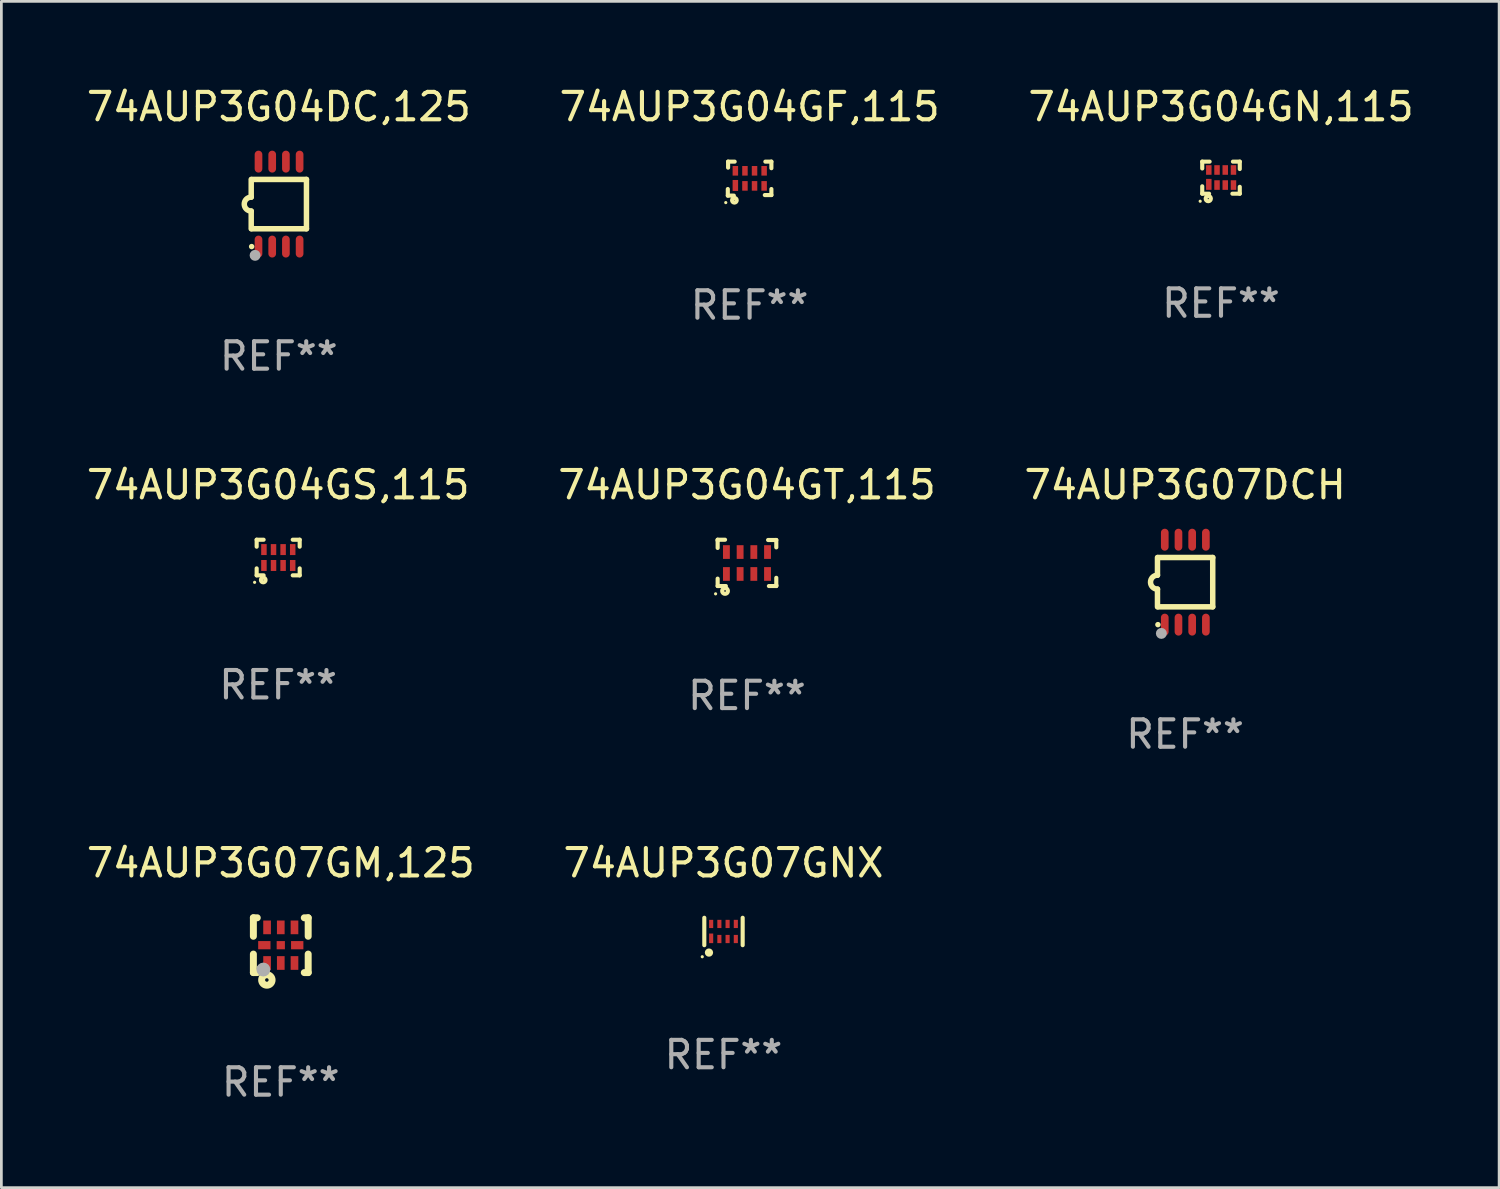
<source format=kicad_pcb>
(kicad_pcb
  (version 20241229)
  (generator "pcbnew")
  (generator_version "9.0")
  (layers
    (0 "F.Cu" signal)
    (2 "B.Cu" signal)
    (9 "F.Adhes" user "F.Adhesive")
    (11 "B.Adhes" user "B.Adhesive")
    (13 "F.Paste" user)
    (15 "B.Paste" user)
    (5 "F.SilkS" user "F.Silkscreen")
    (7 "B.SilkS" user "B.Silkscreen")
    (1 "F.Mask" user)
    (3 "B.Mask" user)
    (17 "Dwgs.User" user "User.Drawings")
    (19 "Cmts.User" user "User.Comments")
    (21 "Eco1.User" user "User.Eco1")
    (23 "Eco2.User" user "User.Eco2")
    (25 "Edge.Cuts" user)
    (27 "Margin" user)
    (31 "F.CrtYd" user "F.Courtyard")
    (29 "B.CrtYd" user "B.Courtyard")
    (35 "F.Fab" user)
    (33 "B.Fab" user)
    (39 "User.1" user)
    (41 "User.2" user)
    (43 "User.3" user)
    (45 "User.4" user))
  (footprint "74AUP3G04GT,115"
    (layer "F.Cu")
    (at 24.208 17.49)
    (property "Reference" "74AUP3G04GT,115" (at 0 -2.845 0) (layer "F.SilkS") (effects (font (size 1 1) (thickness 0.15))))
    (attr through_hole)
    (fp_line (start -1.07 -0.845) (end -0.8 -0.845) (stroke (width 0.15) (type solid)) (layer "F.SilkS"))
    (fp_line (start -1.07 -0.815) (end -1.07 -0.845) (stroke (width 0.15) (type solid)) (layer "F.SilkS"))
    (fp_line (start -1.07 -0.545) (end -1.07 -0.815) (stroke (width 0.15) (type solid)) (layer "F.SilkS"))
    (fp_line (start -1.07 0.845) (end -1.07 0.575) (stroke (width 0.15) (type solid)) (layer "F.SilkS"))
    (fp_line (start -1.04 0.845) (end -1.07 0.845) (stroke (width 0.15) (type solid)) (layer "F.SilkS"))
    (fp_line (start -0.77 0.845) (end -1.04 0.845) (stroke (width 0.15) (type solid)) (layer "F.SilkS"))
    (fp_line (start 0.77 -0.835) (end 1.04 -0.835) (stroke (width 0.15) (type solid)) (layer "F.SilkS"))
    (fp_line (start 1.04 -0.835) (end 1.07 -0.835) (stroke (width 0.15) (type solid)) (layer "F.SilkS"))
    (fp_line (start 1.07 0.545) (end 1.07 0.815) (stroke (width 0.15) (type solid)) (layer "F.SilkS"))
    (fp_line (start 1.07 0.815) (end 1.07 0.845) (stroke (width 0.15) (type solid)) (layer "F.SilkS"))
    (fp_line (start 1.07 0.845) (end 0.8 0.845) (stroke (width 0.15) (type solid)) (layer "F.SilkS"))
    (fp_line (start 1.07 -0.835) (end 1.07 -0.565) (stroke (width 0.15) (type solid)) (layer "F.SilkS"))
    (fp_circle (center -1.145 1.13) (end -1.115 1.13) (stroke (width 0.06) (type solid)) (fill no) (layer "F.SilkS"))
    (fp_circle (center -0.8 1.025) (end -0.77 1.025) (stroke (width 0.15) (type solid)) (fill no) (layer "F.SilkS"))
    (fp_text user "REF**" (at 0 4.845 0) (layer "F.Fab") (effects (font (size 1 1) (thickness 0.15))))
    (pad "1" smd rect (at -0.75 0.405) (size 0.25 0.5) (layers "F.Cu" "F.Mask" "F.Paste"))
    (pad "2" smd rect (at -0.25 0.405) (size 0.25 0.5) (layers "F.Cu" "F.Mask" "F.Paste"))
    (pad "3" smd rect (at 0.25 0.405) (size 0.25 0.5) (layers "F.Cu" "F.Mask" "F.Paste"))
    (pad "4" smd rect (at 0.75 0.405) (size 0.25 0.5) (layers "F.Cu" "F.Mask" "F.Paste"))
    (pad "5" smd rect (at 0.75 -0.395) (size 0.25 0.5) (layers "F.Cu" "F.Mask" "F.Paste"))
    (pad "6" smd rect (at 0.25 -0.395) (size 0.25 0.5) (layers "F.Cu" "F.Mask" "F.Paste"))
    (pad "7" smd rect (at -0.25 -0.395) (size 0.25 0.5) (layers "F.Cu" "F.Mask" "F.Paste"))
    (pad "8" smd rect (at -0.75 -0.395) (size 0.25 0.5) (layers "F.Cu" "F.Mask" "F.Paste")))
  (footprint "74AUP3G04DC,125"
    (layer "F.Cu")
    (at 7.125 4.398)
    (property "Reference" "74AUP3G04DC,125" (at 0 -3.55 0) (layer "F.SilkS") (effects (font (size 1 1) (thickness 0.15))))
    (attr through_hole)
    (fp_line (start -1.008 -0.254) (end -1.008 -0.9) (stroke (width 0.2) (type solid)) (layer "F.SilkS"))
    (fp_line (start -1.008 0.254) (end -1.008 0.9) (stroke (width 0.2) (type solid)) (layer "F.SilkS"))
    (fp_line (start -0.992 0.9) (end 1.008 0.9) (stroke (width 0.2) (type solid)) (layer "F.SilkS"))
    (fp_line (start 1.008 -0.9) (end -0.992 -0.9) (stroke (width 0.2) (type solid)) (layer "F.SilkS"))
    (fp_line (start 1.008 0.9) (end 1.008 -0.9) (stroke (width 0.2) (type solid)) (layer "F.SilkS"))
    (fp_arc (start -1.008001 0.254001) (mid -1.262002 0) (end -1.008001 -0.254001) (stroke (width 0.2) (type solid)) (layer "F.SilkS"))
    (fp_circle (center -0.992 1.55) (end -0.942 1.55) (stroke (width 0.1) (type solid)) (fill no) (layer "F.SilkS"))
    (fp_circle (center -0.866 1.87) (end -0.766 1.87) (stroke (width 0.2) (type solid)) (fill no) (layer "F.Fab"))
    (fp_text user "REF**" (at 0 5.55 0) (layer "F.Fab") (effects (font (size 1 1) (thickness 0.15))))
    (pad "1" smd oval (at -0.742 1.55 270) (size 0.8 0.28) (layers "F.Cu" "F.Mask" "F.Paste"))
    (pad "2" smd oval (at -0.242 1.55 270) (size 0.8 0.28) (layers "F.Cu" "F.Mask" "F.Paste"))
    (pad "3" smd oval (at 0.258 1.55 270) (size 0.8 0.28) (layers "F.Cu" "F.Mask" "F.Paste"))
    (pad "4" smd oval (at 0.758 1.55 270) (size 0.8 0.28) (layers "F.Cu" "F.Mask" "F.Paste"))
    (pad "5" smd oval (at 0.758 -1.55 270) (size 0.8 0.28) (layers "F.Cu" "F.Mask" "F.Paste"))
    (pad "6" smd oval (at 0.258 -1.55 270) (size 0.8 0.28) (layers "F.Cu" "F.Mask" "F.Paste"))
    (pad "7" smd oval (at -0.242 -1.55 270) (size 0.8 0.28) (layers "F.Cu" "F.Mask" "F.Paste"))
    (pad "8" smd oval (at -0.742 -1.55 270) (size 0.8 0.28) (layers "F.Cu" "F.Mask" "F.Paste")))
  (footprint "74AUP3G07GM,125"
    (layer "F.Cu")
    (at 7.196 31.441)
    (property "Reference" "74AUP3G07GM,125" (at 0 -3 0) (layer "F.SilkS") (effects (font (size 1 1) (thickness 0.15))))
    (attr through_hole)
    (fp_line (start -1 -1) (end -0.858 -1) (stroke (width 0.254) (type solid)) (layer "F.SilkS"))
    (fp_line (start -1 -0.325) (end -1 -1) (stroke (width 0.254) (type solid)) (layer "F.SilkS"))
    (fp_line (start -1 1) (end -1 0.325) (stroke (width 0.254) (type solid)) (layer "F.SilkS"))
    (fp_line (start -0.858 1) (end -1 1) (stroke (width 0.254) (type solid)) (layer "F.SilkS"))
    (fp_line (start 0.858 -1) (end 1 -1) (stroke (width 0.254) (type solid)) (layer "F.SilkS"))
    (fp_line (start 1 -1) (end 1 -0.325) (stroke (width 0.254) (type solid)) (layer "F.SilkS"))
    (fp_line (start 1 0.325) (end 1 1) (stroke (width 0.254) (type solid)) (layer "F.SilkS"))
    (fp_line (start 1 1) (end 0.858 1) (stroke (width 0.254) (type solid)) (layer "F.SilkS"))
    (fp_circle (center -0.8 0.8) (end -0.77 0.8) (stroke (width 0.06) (type solid)) (fill no) (layer "F.SilkS"))
    (fp_circle (center -0.508 1.27) (end -0.444 1.27) (stroke (width 0.254) (type solid)) (fill no) (layer "F.SilkS"))
    (fp_circle (center -0.635 0.889) (end -0.508 0.889) (stroke (width 0.254) (type solid)) (fill no) (layer "F.Fab"))
    (fp_text user "REF**" (at 0 5 0) (layer "F.Fab") (effects (font (size 1 1) (thickness 0.15))))
    (pad "1" smd rect (at -0.5 0.65 90) (size 0.5 0.28) (layers "F.Cu" "F.Mask" "F.Paste"))
    (pad "2" smd rect (at 0.000013 0.65 90) (size 0.5 0.28) (layers "F.Cu" "F.Mask" "F.Paste"))
    (pad "3" smd rect (at 0.5 0.65 90) (size 0.5 0.28) (layers "F.Cu" "F.Mask" "F.Paste"))
    (pad "4" smd rect (at 0.6 0.000076 180) (size 0.45 0.3) (layers "F.Cu" "F.Mask" "F.Paste"))
    (pad "5" smd rect (at 0.5 -0.65 90) (size 0.5 0.28) (layers "F.Cu" "F.Mask" "F.Paste"))
    (pad "6" smd rect (at 0.000013 -0.65 90) (size 0.5 0.28) (layers "F.Cu" "F.Mask" "F.Paste"))
    (pad "7" smd rect (at -0.5 -0.65 90) (size 0.5 0.28) (layers "F.Cu" "F.Mask" "F.Paste"))
    (pad "8" smd rect (at -0.6 0.000076 180) (size 0.45 0.3) (layers "F.Cu" "F.Mask" "F.Paste"))
    (pad "9" smd rect (at 0.000013 0.000076 180) (size 0.3 0.3) (layers "F.Cu" "F.Mask" "F.Paste")))
  (footprint "74AUP3G04GN,115"
    (layer "F.Cu")
    (at 41.506 3.433)
    (property "Reference" "74AUP3G04GN,115" (at 0 -2.585 0) (layer "F.SilkS") (effects (font (size 1 1) (thickness 0.15))))
    (attr through_hole)
    (fp_line (start -0.685 -0.585) (end -0.415 -0.585) (stroke (width 0.15) (type solid)) (layer "F.SilkS"))
    (fp_line (start -0.685 -0.335) (end -0.685 -0.585) (stroke (width 0.15) (type solid)) (layer "F.SilkS"))
    (fp_line (start -0.685 0.585) (end -0.685 0.315) (stroke (width 0.15) (type solid)) (layer "F.SilkS"))
    (fp_line (start -0.435 0.585) (end -0.685 0.585) (stroke (width 0.15) (type solid)) (layer "F.SilkS"))
    (fp_line (start 0.435 -0.585) (end 0.685 -0.585) (stroke (width 0.15) (type solid)) (layer "F.SilkS"))
    (fp_line (start 0.685 -0.585) (end 0.685 -0.315) (stroke (width 0.15) (type solid)) (layer "F.SilkS"))
    (fp_line (start 0.685 0.335) (end 0.685 0.585) (stroke (width 0.15) (type solid)) (layer "F.SilkS"))
    (fp_line (start 0.685 0.585) (end 0.415 0.585) (stroke (width 0.15) (type solid)) (layer "F.SilkS"))
    (fp_circle (center -0.76 0.86) (end -0.73 0.86) (stroke (width 0.06) (type solid)) (fill no) (layer "F.SilkS"))
    (fp_circle (center -0.465 0.765) (end -0.445 0.765) (stroke (width 0.15) (type solid)) (fill no) (layer "F.SilkS"))
    (fp_text user "REF**" (at 0 4.585 0) (layer "F.Fab") (effects (font (size 1 1) (thickness 0.15))))
    (pad "1" smd rect (at -0.445 0.245) (size 0.2 0.4) (layers "F.Cu" "F.Mask" "F.Paste"))
    (pad "2" smd rect (at -0.145 0.27) (size 0.2 0.35) (layers "F.Cu" "F.Mask" "F.Paste"))
    (pad "3" smd rect (at 0.155 0.27) (size 0.2 0.35) (layers "F.Cu" "F.Mask" "F.Paste"))
    (pad "4" smd rect (at 0.455 0.27) (size 0.2 0.35) (layers "F.Cu" "F.Mask" "F.Paste"))
    (pad "5" smd rect (at 0.455 -0.28) (size 0.2 0.35) (layers "F.Cu" "F.Mask" "F.Paste"))
    (pad "6" smd rect (at 0.155 -0.28) (size 0.2 0.35) (layers "F.Cu" "F.Mask" "F.Paste"))
    (pad "7" smd rect (at -0.145 -0.28) (size 0.2 0.35) (layers "F.Cu" "F.Mask" "F.Paste"))
    (pad "8" smd rect (at -0.445 -0.28) (size 0.2 0.35) (layers "F.Cu" "F.Mask" "F.Paste")))
  (footprint "74AUP3G04GF,115"
    (layer "F.Cu")
    (at 24.304 3.468)
    (property "Reference" "74AUP3G04GF,115" (at 0 -2.62 0) (layer "F.SilkS") (effects (font (size 1 1) (thickness 0.15))))
    (attr through_hole)
    (fp_line (start -0.795 0.62) (end -0.795 0.38) (stroke (width 0.15) (type solid)) (layer "F.SilkS"))
    (fp_line (start -0.785 -0.62) (end -0.545 -0.62) (stroke (width 0.15) (type solid)) (layer "F.SilkS"))
    (fp_line (start -0.785 -0.4) (end -0.785 -0.62) (stroke (width 0.15) (type solid)) (layer "F.SilkS"))
    (fp_line (start -0.575 0.62) (end -0.795 0.62) (stroke (width 0.15) (type solid)) (layer "F.SilkS"))
    (fp_line (start 0.575 -0.62) (end 0.795 -0.62) (stroke (width 0.15) (type solid)) (layer "F.SilkS"))
    (fp_line (start 0.795 -0.62) (end 0.795 -0.38) (stroke (width 0.15) (type solid)) (layer "F.SilkS"))
    (fp_line (start 0.795 0.38) (end 0.795 0.6) (stroke (width 0.15) (type solid)) (layer "F.SilkS"))
    (fp_line (start 0.795 0.6) (end 0.555 0.6) (stroke (width 0.15) (type solid)) (layer "F.SilkS"))
    (fp_circle (center -0.87 0.875) (end -0.84 0.875) (stroke (width 0.06) (type solid)) (fill no) (layer "F.SilkS"))
    (fp_circle (center -0.555 0.79) (end -0.545 0.79) (stroke (width 0.15) (type solid)) (fill no) (layer "F.SilkS"))
    (fp_text user "REF**" (at 0 4.62 0) (layer "F.Fab") (effects (font (size 1 1) (thickness 0.15))))
    (pad "1" smd rect (at -0.52 0.25) (size 0.2 0.4) (layers "F.Cu" "F.Mask" "F.Paste"))
    (pad "2" smd rect (at -0.17 0.265) (size 0.2 0.35) (layers "F.Cu" "F.Mask" "F.Paste"))
    (pad "3" smd rect (at 0.18 0.265) (size 0.2 0.35) (layers "F.Cu" "F.Mask" "F.Paste"))
    (pad "4" smd rect (at 0.53 0.265) (size 0.2 0.35) (layers "F.Cu" "F.Mask" "F.Paste"))
    (pad "5" smd rect (at 0.53 -0.285) (size 0.2 0.35) (layers "F.Cu" "F.Mask" "F.Paste"))
    (pad "6" smd rect (at 0.18 -0.285) (size 0.2 0.35) (layers "F.Cu" "F.Mask" "F.Paste"))
    (pad "7" smd rect (at -0.17 -0.285) (size 0.2 0.35) (layers "F.Cu" "F.Mask" "F.Paste"))
    (pad "8" smd rect (at -0.52 -0.285) (size 0.2 0.35) (layers "F.Cu" "F.Mask" "F.Paste")))
  (footprint "74AUP3G04GS,115"
    (layer "F.Cu")
    (at 7.101 17.295)
    (property "Reference" "74AUP3G04GS,115" (at 0 -2.65 0) (layer "F.SilkS") (effects (font (size 1 1) (thickness 0.15))))
    (attr through_hole)
    (fp_line (start -0.785 0.65) (end -0.785 0.396) (stroke (width 0.15) (type solid)) (layer "F.SilkS"))
    (fp_line (start -0.785 -0.65) (end -0.531 -0.65) (stroke (width 0.15) (type solid)) (layer "F.SilkS"))
    (fp_line (start -0.785 -0.396) (end -0.785 -0.65) (stroke (width 0.15) (type solid)) (layer "F.SilkS"))
    (fp_line (start -0.531 0.65) (end -0.785 0.65) (stroke (width 0.15) (type solid)) (layer "F.SilkS"))
    (fp_line (start 0.531 -0.65) (end 0.785 -0.65) (stroke (width 0.15) (type solid)) (layer "F.SilkS"))
    (fp_line (start 0.785 -0.65) (end 0.785 -0.396) (stroke (width 0.15) (type solid)) (layer "F.SilkS"))
    (fp_line (start 0.785 0.396) (end 0.785 0.65) (stroke (width 0.15) (type solid)) (layer "F.SilkS"))
    (fp_line (start 0.785 0.65) (end 0.531 0.65) (stroke (width 0.15) (type solid)) (layer "F.SilkS"))
    (fp_circle (center -0.86 0.905) (end -0.83 0.905) (stroke (width 0.06) (type solid)) (fill no) (layer "F.SilkS"))
    (fp_circle (center -0.545 0.82) (end -0.535 0.82) (stroke (width 0.15) (type solid)) (fill no) (layer "F.SilkS"))
    (fp_text user "REF**" (at 0 4.65 0) (layer "F.Fab") (effects (font (size 1 1) (thickness 0.15))))
    (pad "1" smd rect (at -0.52 0.29) (size 0.2 0.4) (layers "F.Cu" "F.Mask" "F.Paste"))
    (pad "2" smd rect (at -0.17 0.29) (size 0.2 0.4) (layers "F.Cu" "F.Mask" "F.Paste"))
    (pad "3" smd rect (at 0.18 0.29) (size 0.2 0.4) (layers "F.Cu" "F.Mask" "F.Paste"))
    (pad "4" smd rect (at 0.53 0.29) (size 0.2 0.4) (layers "F.Cu" "F.Mask" "F.Paste"))
    (pad "5" smd rect (at 0.53 -0.29) (size 0.2 0.4) (layers "F.Cu" "F.Mask" "F.Paste"))
    (pad "6" smd rect (at 0.18 -0.29) (size 0.2 0.4) (layers "F.Cu" "F.Mask" "F.Paste"))
    (pad "7" smd rect (at -0.17 -0.29) (size 0.2 0.4) (layers "F.Cu" "F.Mask" "F.Paste"))
    (pad "8" smd rect (at -0.52 -0.29) (size 0.2 0.4) (layers "F.Cu" "F.Mask" "F.Paste")))
  (footprint "74AUP3G07DCH"
    (layer "F.Cu")
    (at 40.196 18.194)
    (property "Reference" "74AUP3G07DCH" (at 0 -3.55 0) (layer "F.SilkS") (effects (font (size 1 1) (thickness 0.15))))
    (attr through_hole)
    (fp_line (start -1.008 -0.254) (end -1.008 -0.9) (stroke (width 0.2) (type solid)) (layer "F.SilkS"))
    (fp_line (start -1.008 0.254) (end -1.008 0.9) (stroke (width 0.2) (type solid)) (layer "F.SilkS"))
    (fp_line (start -0.992 0.9) (end 1.008 0.9) (stroke (width 0.2) (type solid)) (layer "F.SilkS"))
    (fp_line (start 1.008 -0.9) (end -0.992 -0.9) (stroke (width 0.2) (type solid)) (layer "F.SilkS"))
    (fp_line (start 1.008 0.9) (end 1.008 -0.9) (stroke (width 0.2) (type solid)) (layer "F.SilkS"))
    (fp_arc (start -1.008001 0.254001) (mid -1.262002 0) (end -1.008001 -0.254001) (stroke (width 0.2) (type solid)) (layer "F.SilkS"))
    (fp_circle (center -0.992 1.55) (end -0.942 1.55) (stroke (width 0.1) (type solid)) (fill no) (layer "F.SilkS"))
    (fp_circle (center -0.866 1.87) (end -0.766 1.87) (stroke (width 0.2) (type solid)) (fill no) (layer "F.Fab"))
    (fp_text user "REF**" (at 0 5.55 0) (layer "F.Fab") (effects (font (size 1 1) (thickness 0.15))))
    (pad "1" smd oval (at -0.742 1.55 270) (size 0.8 0.28) (layers "F.Cu" "F.Mask" "F.Paste"))
    (pad "2" smd oval (at -0.242 1.55 270) (size 0.8 0.28) (layers "F.Cu" "F.Mask" "F.Paste"))
    (pad "3" smd oval (at 0.258 1.55 270) (size 0.8 0.28) (layers "F.Cu" "F.Mask" "F.Paste"))
    (pad "4" smd oval (at 0.758 1.55 270) (size 0.8 0.28) (layers "F.Cu" "F.Mask" "F.Paste"))
    (pad "5" smd oval (at 0.758 -1.55 270) (size 0.8 0.28) (layers "F.Cu" "F.Mask" "F.Paste"))
    (pad "6" smd oval (at 0.258 -1.55 270) (size 0.8 0.28) (layers "F.Cu" "F.Mask" "F.Paste"))
    (pad "7" smd oval (at -0.242 -1.55 270) (size 0.8 0.28) (layers "F.Cu" "F.Mask" "F.Paste"))
    (pad "8" smd oval (at -0.742 -1.55 270) (size 0.8 0.28) (layers "F.Cu" "F.Mask" "F.Paste")))
  (footprint "74AUP3G07GNX"
    (layer "F.Cu")
    (at 23.351 30.941)
    (property "Reference" "74AUP3G07GNX" (at 0 -2.5 0) (layer "F.SilkS") (effects (font (size 1 1) (thickness 0.15))))
    (attr through_hole)
    (fp_line (start -0.7 -0.5) (end -0.7 0.5) (stroke (width 0.15) (type solid)) (layer "F.SilkS"))
    (fp_line (start 0.7 -0.5) (end 0.7 0.5) (stroke (width 0.15) (type solid)) (layer "F.SilkS"))
    (fp_circle (center -0.775 0.922) (end -0.745 0.922) (stroke (width 0.06) (type solid)) (fill no) (layer "F.SilkS"))
    (fp_circle (center -0.53 0.77) (end -0.454 0.77) (stroke (width 0.15) (type solid)) (fill no) (layer "F.SilkS"))
    (fp_text user "REF**" (at 0 4.5 0) (layer "F.Fab") (effects (font (size 1 1) (thickness 0.15))))
    (pad "1" smd rect (at -0.45 0.25) (size 0.15 0.35) (layers "F.Cu" "F.Mask" "F.Paste"))
    (pad "2" smd rect (at -0.15 0.275) (size 0.15 0.3) (layers "F.Cu" "F.Mask" "F.Paste"))
    (pad "3" smd rect (at 0.15 0.275) (size 0.15 0.3) (layers "F.Cu" "F.Mask" "F.Paste"))
    (pad "4" smd rect (at 0.45 0.275) (size 0.15 0.3) (layers "F.Cu" "F.Mask" "F.Paste"))
    (pad "5" smd rect (at 0.45 -0.275) (size 0.15 0.3) (layers "F.Cu" "F.Mask" "F.Paste"))
    (pad "6" smd rect (at 0.15 -0.275) (size 0.15 0.3) (layers "F.Cu" "F.Mask" "F.Paste"))
    (pad "7" smd rect (at -0.15 -0.275) (size 0.15 0.3) (layers "F.Cu" "F.Mask" "F.Paste"))
    (pad "8" smd rect (at -0.45 -0.275) (size 0.15 0.3) (layers "F.Cu" "F.Mask" "F.Paste")))
  (gr_rect
    (start -3 -3)
    (end 51.655 40.289)
    (stroke (width 0.1) (type default))
    (fill no)
    (layer "Edge.Cuts")))
</source>
